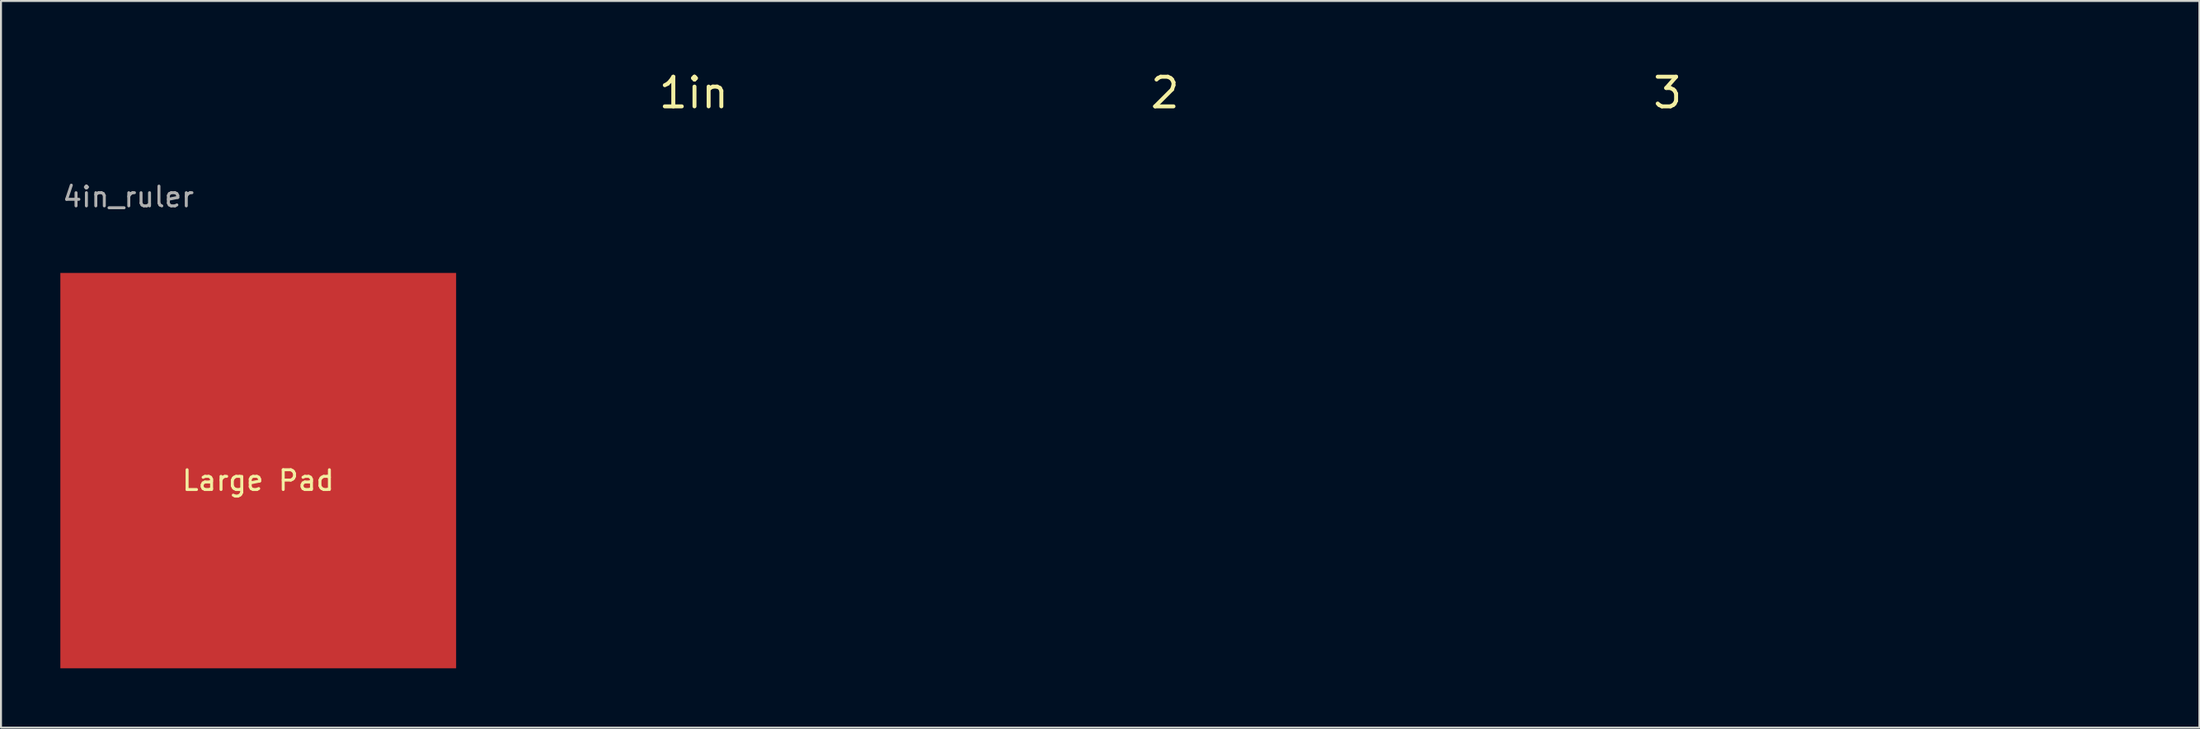
<source format=kicad_pcb>
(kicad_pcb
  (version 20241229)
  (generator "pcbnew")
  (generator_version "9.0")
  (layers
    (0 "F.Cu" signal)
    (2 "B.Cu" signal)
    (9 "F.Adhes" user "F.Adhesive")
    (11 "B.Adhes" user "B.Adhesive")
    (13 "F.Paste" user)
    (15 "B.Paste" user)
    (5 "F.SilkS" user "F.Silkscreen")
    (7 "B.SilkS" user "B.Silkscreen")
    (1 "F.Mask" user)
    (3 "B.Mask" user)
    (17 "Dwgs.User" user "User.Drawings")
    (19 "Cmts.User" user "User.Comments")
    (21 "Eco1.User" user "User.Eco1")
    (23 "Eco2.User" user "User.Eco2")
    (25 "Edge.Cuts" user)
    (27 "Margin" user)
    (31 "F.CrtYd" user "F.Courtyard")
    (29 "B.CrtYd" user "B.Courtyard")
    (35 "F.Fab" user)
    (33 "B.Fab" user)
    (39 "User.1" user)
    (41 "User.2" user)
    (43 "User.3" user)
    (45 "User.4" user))
  (footprint "4in_ruler"
    (layer "F.Cu")
    (at 3.435 6.41)
    (property "Reference" "4in_ruler" (at 0 0.5 0) (layer "F.Fab") (effects (font (size 1 1) (thickness 0.15))))
    (attr through_hole)
    (fp_line (start 0 0) (end 0 -6.35) (stroke (width 0.12) (type solid)) (layer "F.Paste"))
    (fp_line (start 1.587 0) (end 1.587 -1.587) (stroke (width 0.12) (type solid)) (layer "F.Paste"))
    (fp_line (start 3.175 0) (end 3.175 -3.175) (stroke (width 0.12) (type solid)) (layer "F.Paste"))
    (fp_line (start 4.763 0) (end 4.763 -1.587) (stroke (width 0.12) (type solid)) (layer "F.Paste"))
    (fp_line (start 6.35 -3.175) (end 6.35 0) (stroke (width 0.12) (type solid)) (layer "F.Paste"))
    (fp_line (start 7.938 -1.587) (end 7.938 0) (stroke (width 0.12) (type solid)) (layer "F.Paste"))
    (fp_line (start 9.525 -3.175) (end 9.525 0) (stroke (width 0.12) (type solid)) (layer "F.Paste"))
    (fp_line (start 11.113 -1.587) (end 11.113 0) (stroke (width 0.12) (type solid)) (layer "F.Paste"))
    (fp_line (start 12.7 -3.175) (end 12.7 -4.763) (stroke (width 0.12) (type solid)) (layer "F.Paste"))
    (fp_line (start 12.7 0) (end 12.7 -3.175) (stroke (width 0.12) (type solid)) (layer "F.Paste"))
    (fp_line (start 14.287 -1.587) (end 14.287 0) (stroke (width 0.12) (type solid)) (layer "F.Paste"))
    (fp_line (start 15.875 -3.175) (end 15.875 0) (stroke (width 0.12) (type solid)) (layer "F.Paste"))
    (fp_line (start 17.462 -1.587) (end 17.462 0) (stroke (width 0.12) (type solid)) (layer "F.Paste"))
    (fp_line (start 19.05 -3.175) (end 19.05 0) (stroke (width 0.12) (type solid)) (layer "F.Paste"))
    (fp_line (start 20.637 -1.587) (end 20.637 0) (stroke (width 0.12) (type solid)) (layer "F.Paste"))
    (fp_line (start 22.225 -3.175) (end 22.225 0) (stroke (width 0.12) (type solid)) (layer "F.Paste"))
    (fp_line (start 23.812 -1.587) (end 23.812 0) (stroke (width 0.12) (type solid)) (layer "F.Paste"))
    (fp_line (start 25.4 0) (end 25.4 -6.35) (stroke (width 0.12) (type solid)) (layer "F.Paste"))
    (fp_line (start 26.988 0) (end 26.988 -1.587) (stroke (width 0.12) (type solid)) (layer "F.Paste"))
    (fp_line (start 28.575 0) (end 28.575 -3.175) (stroke (width 0.12) (type solid)) (layer "F.Paste"))
    (fp_line (start 30.163 0) (end 30.163 -1.587) (stroke (width 0.12) (type solid)) (layer "F.Paste"))
    (fp_line (start 31.75 -3.175) (end 31.75 0) (stroke (width 0.12) (type solid)) (layer "F.Paste"))
    (fp_line (start 33.337 -1.587) (end 33.337 0) (stroke (width 0.12) (type solid)) (layer "F.Paste"))
    (fp_line (start 34.925 -3.175) (end 34.925 0) (stroke (width 0.12) (type solid)) (layer "F.Paste"))
    (fp_line (start 36.513 -1.587) (end 36.513 0) (stroke (width 0.12) (type solid)) (layer "F.Paste"))
    (fp_line (start 38.1 -3.175) (end 38.1 -4.763) (stroke (width 0.12) (type solid)) (layer "F.Paste"))
    (fp_line (start 38.1 0) (end 38.1 -3.175) (stroke (width 0.12) (type solid)) (layer "F.Paste"))
    (fp_line (start 39.688 -1.587) (end 39.688 0) (stroke (width 0.12) (type solid)) (layer "F.Paste"))
    (fp_line (start 41.275 -3.175) (end 41.275 0) (stroke (width 0.12) (type solid)) (layer "F.Paste"))
    (fp_line (start 42.862 -1.587) (end 42.862 0) (stroke (width 0.12) (type solid)) (layer "F.Paste"))
    (fp_line (start 44.45 -3.175) (end 44.45 0) (stroke (width 0.12) (type solid)) (layer "F.Paste"))
    (fp_line (start 46.038 -1.587) (end 46.038 0) (stroke (width 0.12) (type solid)) (layer "F.Paste"))
    (fp_line (start 47.625 -3.175) (end 47.625 0) (stroke (width 0.12) (type solid)) (layer "F.Paste"))
    (fp_line (start 49.212 -1.587) (end 49.212 0) (stroke (width 0.12) (type solid)) (layer "F.Paste"))
    (fp_line (start 50.8 0) (end 50.8 -6.35) (stroke (width 0.12) (type solid)) (layer "F.Paste"))
    (fp_line (start 52.388 0) (end 52.388 -1.587) (stroke (width 0.12) (type solid)) (layer "F.Paste"))
    (fp_line (start 53.975 0) (end 53.975 -3.175) (stroke (width 0.12) (type solid)) (layer "F.Paste"))
    (fp_line (start 55.562 0) (end 55.562 -1.587) (stroke (width 0.12) (type solid)) (layer "F.Paste"))
    (fp_line (start 57.15 -3.175) (end 57.15 0) (stroke (width 0.12) (type solid)) (layer "F.Paste"))
    (fp_line (start 58.737 -1.587) (end 58.737 0) (stroke (width 0.12) (type solid)) (layer "F.Paste"))
    (fp_line (start 60.325 -3.175) (end 60.325 0) (stroke (width 0.12) (type solid)) (layer "F.Paste"))
    (fp_line (start 61.913 -1.587) (end 61.913 0) (stroke (width 0.12) (type solid)) (layer "F.Paste"))
    (fp_line (start 63.5 -3.175) (end 63.5 -4.763) (stroke (width 0.12) (type solid)) (layer "F.Paste"))
    (fp_line (start 63.5 0) (end 63.5 -3.175) (stroke (width 0.12) (type solid)) (layer "F.Paste"))
    (fp_line (start 65.088 -1.587) (end 65.088 0) (stroke (width 0.12) (type solid)) (layer "F.Paste"))
    (fp_line (start 66.675 -3.175) (end 66.675 0) (stroke (width 0.12) (type solid)) (layer "F.Paste"))
    (fp_line (start 68.263 -1.587) (end 68.263 0) (stroke (width 0.12) (type solid)) (layer "F.Paste"))
    (fp_line (start 69.85 -3.175) (end 69.85 0) (stroke (width 0.12) (type solid)) (layer "F.Paste"))
    (fp_line (start 71.438 -1.587) (end 71.438 0) (stroke (width 0.12) (type solid)) (layer "F.Paste"))
    (fp_line (start 73.025 -3.175) (end 73.025 0) (stroke (width 0.12) (type solid)) (layer "F.Paste"))
    (fp_line (start 74.612 -1.587) (end 74.612 0) (stroke (width 0.12) (type solid)) (layer "F.Paste"))
    (fp_line (start 76.2 0) (end 76.2 -6.35) (stroke (width 0.12) (type solid)) (layer "F.Paste"))
    (fp_line (start 77.787 0) (end 77.787 -1.587) (stroke (width 0.12) (type solid)) (layer "F.Paste"))
    (fp_line (start 79.375 0) (end 79.375 -3.175) (stroke (width 0.12) (type solid)) (layer "F.Paste"))
    (fp_line (start 80.963 0) (end 80.963 -1.587) (stroke (width 0.12) (type solid)) (layer "F.Paste"))
    (fp_line (start 82.55 -3.175) (end 82.55 0) (stroke (width 0.12) (type solid)) (layer "F.Paste"))
    (fp_line (start 84.138 -1.587) (end 84.138 0) (stroke (width 0.12) (type solid)) (layer "F.Paste"))
    (fp_line (start 85.725 -3.175) (end 85.725 0) (stroke (width 0.12) (type solid)) (layer "F.Paste"))
    (fp_line (start 87.312 -1.587) (end 87.312 0) (stroke (width 0.12) (type solid)) (layer "F.Paste"))
    (fp_line (start 88.9 -3.175) (end 88.9 -4.763) (stroke (width 0.12) (type solid)) (layer "F.Paste"))
    (fp_line (start 88.9 0) (end 88.9 -3.175) (stroke (width 0.12) (type solid)) (layer "F.Paste"))
    (fp_line (start 90.487 -1.587) (end 90.487 0) (stroke (width 0.12) (type solid)) (layer "F.Paste"))
    (fp_line (start 92.075 -3.175) (end 92.075 0) (stroke (width 0.12) (type solid)) (layer "F.Paste"))
    (fp_line (start 93.662 -1.587) (end 93.662 0) (stroke (width 0.12) (type solid)) (layer "F.Paste"))
    (fp_line (start 95.25 -3.175) (end 95.25 0) (stroke (width 0.12) (type solid)) (layer "F.Paste"))
    (fp_line (start 96.838 -1.587) (end 96.838 0) (stroke (width 0.12) (type solid)) (layer "F.Paste"))
    (fp_line (start 98.425 -3.175) (end 98.425 0) (stroke (width 0.12) (type solid)) (layer "F.Paste"))
    (fp_line (start 100.013 -1.587) (end 100.013 0) (stroke (width 0.12) (type solid)) (layer "F.Paste"))
    (fp_line (start 101.6 0) (end 101.6 -6.35) (stroke (width 0.12) (type solid)) (layer "F.Paste"))
    (fp_text user "3" (at 77.787 -4.763 0) (layer "F.SilkS") (effects (font (size 1.5 1.5) (thickness 0.2))))
    (fp_text user "2" (at 52.388 -4.763 0) (layer "F.SilkS") (effects (font (size 1.5 1.5) (thickness 0.2))))
    (fp_text user "1in" (at 28.575 -4.763 0) (layer "F.SilkS") (effects (font (size 1.5 1.5) (thickness 0.2)))))
  (footprint "Large Pad"
    (layer "F.Cu")
    (at 10 20.758)
    (property "Reference" "Large Pad" (at 0 0.5 0) (layer "F.SilkS") (effects (font (size 1 1) (thickness 0.15))))
    (attr through_hole)
    (pad "1" smd rect (at 0 0) (size 20 20) (layers "F.Cu" "F.Mask" "F.Paste")))
  (gr_rect
    (start -3 -3)
    (end 108.095 33.758)
    (stroke (width 0.1) (type default))
    (fill no)
    (layer "Edge.Cuts")))
</source>
